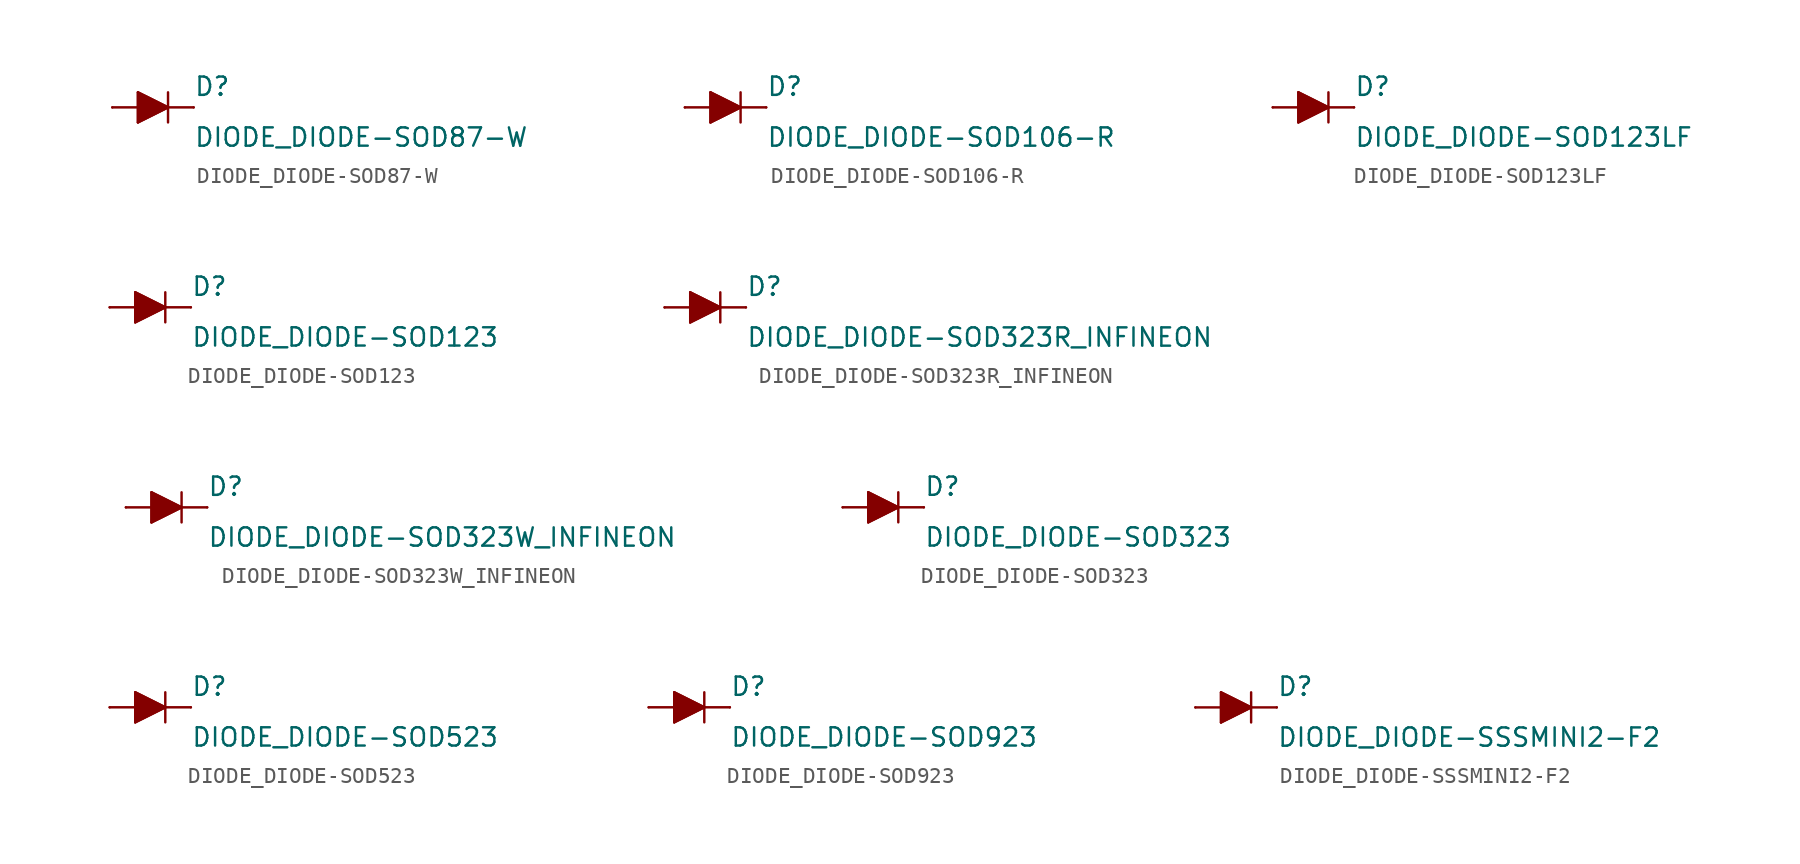
<source format=kicad_sym>
(kicad_symbol_lib
  (version 20210619)
  (generator kicad_symbol_editor)
  (symbol "DIODE_DIODE-SOD87-W"
    (pin_numbers hide)
    (pin_names
      (offset 1.016) hide)
    (property "Reference" "D"
      (at 2.54 0.635 0)
      (effects (font (size 1.143 1.143)) (justify left bottom)))
    (property "Value" "DIODE_DIODE-SOD87-W"
      (at 2.54 -2.54 0)
      (effects (font (size 1.143 1.143)) (justify left bottom)))
    (property "ki_locked" ""
      (at 0 0 0)
      (effects (font (size 1.27 1.27))))
    (symbol "DIODE_DIODE-SOD87-W_1_0"
      (polyline (pts (xy -0.94 -0.94) (xy 0.94 0)) (stroke (width 0)) (fill (type none)))
      (polyline (pts (xy -0.94 0) (xy -2.54 0)) (stroke (width 0)) (fill (type none)))
      (polyline (pts (xy -0.94 0) (xy -0.94 -0.94)) (stroke (width 0)) (fill (type none)))
      (polyline (pts (xy -0.94 0.94) (xy -0.94 0)) (stroke (width 0)) (fill (type none)))
      (polyline (pts (xy 0.94 0) (xy -0.94 0.94)) (stroke (width 0)) (fill (type none)))
      (polyline (pts (xy 0.94 0) (xy 0.94 -0.94)) (stroke (width 0)) (fill (type none)))
      (polyline (pts (xy 0.94 0) (xy 2.54 0)) (stroke (width 0)) (fill (type none)))
      (polyline (pts (xy 0.94 0.94) (xy 0.94 0)) (stroke (width 0)) (fill (type none))))
    (symbol "DIODE_DIODE-SOD87-W_1_1"
      (polyline (pts (xy -0.94 0.94) (xy 0.94 0) (xy 0.94 0) (xy -0.94 -0.94) (xy -0.94 -0.94) (xy -0.94 0.94)) (stroke (width 0)) (fill (type outline)))
      (pin passive line (at -2.54 0 0) (length 0) (name "A" (effects (font (size 1.016 1.016)))) (number "A" (effects (font (size 1.016 1.016)))))
      (pin passive line (at 2.54 0 180) (length 0) (name "C" (effects (font (size 1.016 1.016)))) (number "C" (effects (font (size 1.016 1.016)))))))
  (symbol "DIODE_DIODE-SOD106-R"
    (pin_numbers hide)
    (pin_names
      (offset 1.016) hide)
    (property "Reference" "D"
      (at 2.54 0.635 0)
      (effects (font (size 1.143 1.143)) (justify left bottom)))
    (property "Value" "DIODE_DIODE-SOD106-R"
      (at 2.54 -2.54 0)
      (effects (font (size 1.143 1.143)) (justify left bottom)))
    (property "ki_locked" ""
      (at 0 0 0)
      (effects (font (size 1.27 1.27))))
    (symbol "DIODE_DIODE-SOD106-R_1_0"
      (polyline (pts (xy -0.94 -0.94) (xy 0.94 0)) (stroke (width 0)) (fill (type none)))
      (polyline (pts (xy -0.94 0) (xy -2.54 0)) (stroke (width 0)) (fill (type none)))
      (polyline (pts (xy -0.94 0) (xy -0.94 -0.94)) (stroke (width 0)) (fill (type none)))
      (polyline (pts (xy -0.94 0.94) (xy -0.94 0)) (stroke (width 0)) (fill (type none)))
      (polyline (pts (xy 0.94 0) (xy -0.94 0.94)) (stroke (width 0)) (fill (type none)))
      (polyline (pts (xy 0.94 0) (xy 0.94 -0.94)) (stroke (width 0)) (fill (type none)))
      (polyline (pts (xy 0.94 0) (xy 2.54 0)) (stroke (width 0)) (fill (type none)))
      (polyline (pts (xy 0.94 0.94) (xy 0.94 0)) (stroke (width 0)) (fill (type none))))
    (symbol "DIODE_DIODE-SOD106-R_1_1"
      (polyline (pts (xy -0.94 0.94) (xy 0.94 0) (xy 0.94 0) (xy -0.94 -0.94) (xy -0.94 -0.94) (xy -0.94 0.94)) (stroke (width 0)) (fill (type outline)))
      (pin passive line (at -2.54 0 0) (length 0) (name "A" (effects (font (size 1.016 1.016)))) (number "A" (effects (font (size 1.016 1.016)))))
      (pin passive line (at 2.54 0 180) (length 0) (name "C" (effects (font (size 1.016 1.016)))) (number "C" (effects (font (size 1.016 1.016)))))))
  (symbol "DIODE_DIODE-SOD123LF"
    (pin_numbers hide)
    (pin_names
      (offset 1.016) hide)
    (property "Reference" "D"
      (at 2.54 0.635 0)
      (effects (font (size 1.143 1.143)) (justify left bottom)))
    (property "Value" "DIODE_DIODE-SOD123LF"
      (at 2.54 -2.54 0)
      (effects (font (size 1.143 1.143)) (justify left bottom)))
    (property "ki_locked" ""
      (at 0 0 0)
      (effects (font (size 1.27 1.27))))
    (symbol "DIODE_DIODE-SOD123LF_1_0"
      (polyline (pts (xy -0.94 -0.94) (xy 0.94 0)) (stroke (width 0)) (fill (type none)))
      (polyline (pts (xy -0.94 0) (xy -2.54 0)) (stroke (width 0)) (fill (type none)))
      (polyline (pts (xy -0.94 0) (xy -0.94 -0.94)) (stroke (width 0)) (fill (type none)))
      (polyline (pts (xy -0.94 0.94) (xy -0.94 0)) (stroke (width 0)) (fill (type none)))
      (polyline (pts (xy 0.94 0) (xy -0.94 0.94)) (stroke (width 0)) (fill (type none)))
      (polyline (pts (xy 0.94 0) (xy 0.94 -0.94)) (stroke (width 0)) (fill (type none)))
      (polyline (pts (xy 0.94 0) (xy 2.54 0)) (stroke (width 0)) (fill (type none)))
      (polyline (pts (xy 0.94 0.94) (xy 0.94 0)) (stroke (width 0)) (fill (type none))))
    (symbol "DIODE_DIODE-SOD123LF_1_1"
      (polyline (pts (xy -0.94 0.94) (xy 0.94 0) (xy 0.94 0) (xy -0.94 -0.94) (xy -0.94 -0.94) (xy -0.94 0.94)) (stroke (width 0)) (fill (type outline)))
      (pin passive line (at -2.54 0 0) (length 0) (name "A" (effects (font (size 1.016 1.016)))) (number "A" (effects (font (size 1.016 1.016)))))
      (pin passive line (at 2.54 0 180) (length 0) (name "C" (effects (font (size 1.016 1.016)))) (number "C" (effects (font (size 1.016 1.016)))))))
  (symbol "DIODE_DIODE-SOD123"
    (pin_numbers hide)
    (pin_names
      (offset 1.016) hide)
    (property "Reference" "D"
      (at 2.54 0.635 0)
      (effects (font (size 1.143 1.143)) (justify left bottom)))
    (property "Value" "DIODE_DIODE-SOD123"
      (at 2.54 -2.54 0)
      (effects (font (size 1.143 1.143)) (justify left bottom)))
    (property "ki_locked" ""
      (at 0 0 0)
      (effects (font (size 1.27 1.27))))
    (symbol "DIODE_DIODE-SOD123_1_0"
      (polyline (pts (xy -0.94 -0.94) (xy 0.94 0)) (stroke (width 0)) (fill (type none)))
      (polyline (pts (xy -0.94 0) (xy -2.54 0)) (stroke (width 0)) (fill (type none)))
      (polyline (pts (xy -0.94 0) (xy -0.94 -0.94)) (stroke (width 0)) (fill (type none)))
      (polyline (pts (xy -0.94 0.94) (xy -0.94 0)) (stroke (width 0)) (fill (type none)))
      (polyline (pts (xy 0.94 0) (xy -0.94 0.94)) (stroke (width 0)) (fill (type none)))
      (polyline (pts (xy 0.94 0) (xy 0.94 -0.94)) (stroke (width 0)) (fill (type none)))
      (polyline (pts (xy 0.94 0) (xy 2.54 0)) (stroke (width 0)) (fill (type none)))
      (polyline (pts (xy 0.94 0.94) (xy 0.94 0)) (stroke (width 0)) (fill (type none))))
    (symbol "DIODE_DIODE-SOD123_1_1"
      (polyline (pts (xy -0.94 0.94) (xy 0.94 0) (xy 0.94 0) (xy -0.94 -0.94) (xy -0.94 -0.94) (xy -0.94 0.94)) (stroke (width 0)) (fill (type outline)))
      (pin passive line (at -2.54 0 0) (length 0) (name "A" (effects (font (size 1.016 1.016)))) (number "A" (effects (font (size 1.016 1.016)))))
      (pin passive line (at 2.54 0 180) (length 0) (name "C" (effects (font (size 1.016 1.016)))) (number "C" (effects (font (size 1.016 1.016)))))))
  (symbol "DIODE_DIODE-SOD323R_INFINEON"
    (pin_numbers hide)
    (pin_names
      (offset 1.016) hide)
    (property "Reference" "D"
      (at 2.54 0.635 0)
      (effects (font (size 1.143 1.143)) (justify left bottom)))
    (property "Value" "DIODE_DIODE-SOD323R_INFINEON"
      (at 2.54 -2.54 0)
      (effects (font (size 1.143 1.143)) (justify left bottom)))
    (property "ki_locked" ""
      (at 0 0 0)
      (effects (font (size 1.27 1.27))))
    (symbol "DIODE_DIODE-SOD323R_INFINEON_1_0"
      (polyline (pts (xy -0.94 -0.94) (xy 0.94 0)) (stroke (width 0)) (fill (type none)))
      (polyline (pts (xy -0.94 0) (xy -2.54 0)) (stroke (width 0)) (fill (type none)))
      (polyline (pts (xy -0.94 0) (xy -0.94 -0.94)) (stroke (width 0)) (fill (type none)))
      (polyline (pts (xy -0.94 0.94) (xy -0.94 0)) (stroke (width 0)) (fill (type none)))
      (polyline (pts (xy 0.94 0) (xy -0.94 0.94)) (stroke (width 0)) (fill (type none)))
      (polyline (pts (xy 0.94 0) (xy 0.94 -0.94)) (stroke (width 0)) (fill (type none)))
      (polyline (pts (xy 0.94 0) (xy 2.54 0)) (stroke (width 0)) (fill (type none)))
      (polyline (pts (xy 0.94 0.94) (xy 0.94 0)) (stroke (width 0)) (fill (type none))))
    (symbol "DIODE_DIODE-SOD323R_INFINEON_1_1"
      (polyline (pts (xy -0.94 0.94) (xy 0.94 0) (xy 0.94 0) (xy -0.94 -0.94) (xy -0.94 -0.94) (xy -0.94 0.94)) (stroke (width 0)) (fill (type outline)))
      (pin passive line (at -2.54 0 0) (length 0) (name "A" (effects (font (size 1.016 1.016)))) (number "A" (effects (font (size 1.016 1.016)))))
      (pin passive line (at 2.54 0 180) (length 0) (name "C" (effects (font (size 1.016 1.016)))) (number "C" (effects (font (size 1.016 1.016)))))))
  (symbol "DIODE_DIODE-SOD323W_INFINEON"
    (pin_numbers hide)
    (pin_names
      (offset 1.016) hide)
    (property "Reference" "D"
      (at 2.54 0.635 0)
      (effects (font (size 1.143 1.143)) (justify left bottom)))
    (property "Value" "DIODE_DIODE-SOD323W_INFINEON"
      (at 2.54 -2.54 0)
      (effects (font (size 1.143 1.143)) (justify left bottom)))
    (property "ki_locked" ""
      (at 0 0 0)
      (effects (font (size 1.27 1.27))))
    (symbol "DIODE_DIODE-SOD323W_INFINEON_1_0"
      (polyline (pts (xy -0.94 -0.94) (xy 0.94 0)) (stroke (width 0)) (fill (type none)))
      (polyline (pts (xy -0.94 0) (xy -2.54 0)) (stroke (width 0)) (fill (type none)))
      (polyline (pts (xy -0.94 0) (xy -0.94 -0.94)) (stroke (width 0)) (fill (type none)))
      (polyline (pts (xy -0.94 0.94) (xy -0.94 0)) (stroke (width 0)) (fill (type none)))
      (polyline (pts (xy 0.94 0) (xy -0.94 0.94)) (stroke (width 0)) (fill (type none)))
      (polyline (pts (xy 0.94 0) (xy 0.94 -0.94)) (stroke (width 0)) (fill (type none)))
      (polyline (pts (xy 0.94 0) (xy 2.54 0)) (stroke (width 0)) (fill (type none)))
      (polyline (pts (xy 0.94 0.94) (xy 0.94 0)) (stroke (width 0)) (fill (type none))))
    (symbol "DIODE_DIODE-SOD323W_INFINEON_1_1"
      (polyline (pts (xy -0.94 0.94) (xy 0.94 0) (xy 0.94 0) (xy -0.94 -0.94) (xy -0.94 -0.94) (xy -0.94 0.94)) (stroke (width 0)) (fill (type outline)))
      (pin passive line (at -2.54 0 0) (length 0) (name "A" (effects (font (size 1.016 1.016)))) (number "A" (effects (font (size 1.016 1.016)))))
      (pin passive line (at 2.54 0 180) (length 0) (name "C" (effects (font (size 1.016 1.016)))) (number "C" (effects (font (size 1.016 1.016)))))))
  (symbol "DIODE_DIODE-SOD323"
    (pin_numbers hide)
    (pin_names
      (offset 1.016) hide)
    (property "Reference" "D"
      (at 2.54 0.635 0)
      (effects (font (size 1.143 1.143)) (justify left bottom)))
    (property "Value" "DIODE_DIODE-SOD323"
      (at 2.54 -2.54 0)
      (effects (font (size 1.143 1.143)) (justify left bottom)))
    (property "ki_locked" ""
      (at 0 0 0)
      (effects (font (size 1.27 1.27))))
    (symbol "DIODE_DIODE-SOD323_1_0"
      (polyline (pts (xy -0.94 -0.94) (xy 0.94 0)) (stroke (width 0)) (fill (type none)))
      (polyline (pts (xy -0.94 0) (xy -2.54 0)) (stroke (width 0)) (fill (type none)))
      (polyline (pts (xy -0.94 0) (xy -0.94 -0.94)) (stroke (width 0)) (fill (type none)))
      (polyline (pts (xy -0.94 0.94) (xy -0.94 0)) (stroke (width 0)) (fill (type none)))
      (polyline (pts (xy 0.94 0) (xy -0.94 0.94)) (stroke (width 0)) (fill (type none)))
      (polyline (pts (xy 0.94 0) (xy 0.94 -0.94)) (stroke (width 0)) (fill (type none)))
      (polyline (pts (xy 0.94 0) (xy 2.54 0)) (stroke (width 0)) (fill (type none)))
      (polyline (pts (xy 0.94 0.94) (xy 0.94 0)) (stroke (width 0)) (fill (type none))))
    (symbol "DIODE_DIODE-SOD323_1_1"
      (polyline (pts (xy -0.94 0.94) (xy 0.94 0) (xy 0.94 0) (xy -0.94 -0.94) (xy -0.94 -0.94) (xy -0.94 0.94)) (stroke (width 0)) (fill (type outline)))
      (pin passive line (at -2.54 0 0) (length 0) (name "A" (effects (font (size 1.016 1.016)))) (number "A" (effects (font (size 1.016 1.016)))))
      (pin passive line (at 2.54 0 180) (length 0) (name "C" (effects (font (size 1.016 1.016)))) (number "C" (effects (font (size 1.016 1.016)))))))
  (symbol "DIODE_DIODE-SOD523"
    (pin_numbers hide)
    (pin_names
      (offset 1.016) hide)
    (property "Reference" "D"
      (at 2.54 0.635 0)
      (effects (font (size 1.143 1.143)) (justify left bottom)))
    (property "Value" "DIODE_DIODE-SOD523"
      (at 2.54 -2.54 0)
      (effects (font (size 1.143 1.143)) (justify left bottom)))
    (property "ki_locked" ""
      (at 0 0 0)
      (effects (font (size 1.27 1.27))))
    (symbol "DIODE_DIODE-SOD523_1_0"
      (polyline (pts (xy -0.94 -0.94) (xy 0.94 0)) (stroke (width 0)) (fill (type none)))
      (polyline (pts (xy -0.94 0) (xy -2.54 0)) (stroke (width 0)) (fill (type none)))
      (polyline (pts (xy -0.94 0) (xy -0.94 -0.94)) (stroke (width 0)) (fill (type none)))
      (polyline (pts (xy -0.94 0.94) (xy -0.94 0)) (stroke (width 0)) (fill (type none)))
      (polyline (pts (xy 0.94 0) (xy -0.94 0.94)) (stroke (width 0)) (fill (type none)))
      (polyline (pts (xy 0.94 0) (xy 0.94 -0.94)) (stroke (width 0)) (fill (type none)))
      (polyline (pts (xy 0.94 0) (xy 2.54 0)) (stroke (width 0)) (fill (type none)))
      (polyline (pts (xy 0.94 0.94) (xy 0.94 0)) (stroke (width 0)) (fill (type none))))
    (symbol "DIODE_DIODE-SOD523_1_1"
      (polyline (pts (xy -0.94 0.94) (xy 0.94 0) (xy 0.94 0) (xy -0.94 -0.94) (xy -0.94 -0.94) (xy -0.94 0.94)) (stroke (width 0)) (fill (type outline)))
      (pin passive line (at -2.54 0 0) (length 0) (name "A" (effects (font (size 1.016 1.016)))) (number "A" (effects (font (size 1.016 1.016)))))
      (pin passive line (at 2.54 0 180) (length 0) (name "C" (effects (font (size 1.016 1.016)))) (number "C" (effects (font (size 1.016 1.016)))))))
  (symbol "DIODE_DIODE-SOD923"
    (pin_numbers hide)
    (pin_names
      (offset 1.016) hide)
    (property "Reference" "D"
      (at 2.54 0.635 0)
      (effects (font (size 1.143 1.143)) (justify left bottom)))
    (property "Value" "DIODE_DIODE-SOD923"
      (at 2.54 -2.54 0)
      (effects (font (size 1.143 1.143)) (justify left bottom)))
    (property "ki_locked" ""
      (at 0 0 0)
      (effects (font (size 1.27 1.27))))
    (symbol "DIODE_DIODE-SOD923_1_0"
      (polyline (pts (xy -0.94 -0.94) (xy 0.94 0)) (stroke (width 0)) (fill (type none)))
      (polyline (pts (xy -0.94 0) (xy -2.54 0)) (stroke (width 0)) (fill (type none)))
      (polyline (pts (xy -0.94 0) (xy -0.94 -0.94)) (stroke (width 0)) (fill (type none)))
      (polyline (pts (xy -0.94 0.94) (xy -0.94 0)) (stroke (width 0)) (fill (type none)))
      (polyline (pts (xy 0.94 0) (xy -0.94 0.94)) (stroke (width 0)) (fill (type none)))
      (polyline (pts (xy 0.94 0) (xy 0.94 -0.94)) (stroke (width 0)) (fill (type none)))
      (polyline (pts (xy 0.94 0) (xy 2.54 0)) (stroke (width 0)) (fill (type none)))
      (polyline (pts (xy 0.94 0.94) (xy 0.94 0)) (stroke (width 0)) (fill (type none))))
    (symbol "DIODE_DIODE-SOD923_1_1"
      (polyline (pts (xy -0.94 0.94) (xy 0.94 0) (xy 0.94 0) (xy -0.94 -0.94) (xy -0.94 -0.94) (xy -0.94 0.94)) (stroke (width 0)) (fill (type outline)))
      (pin passive line (at -2.54 0 0) (length 0) (name "A" (effects (font (size 1.016 1.016)))) (number "A" (effects (font (size 1.016 1.016)))))
      (pin passive line (at 2.54 0 180) (length 0) (name "C" (effects (font (size 1.016 1.016)))) (number "C" (effects (font (size 1.016 1.016)))))))
  (symbol "DIODE_DIODE-SSSMINI2-F2"
    (pin_numbers hide)
    (pin_names
      (offset 1.016) hide)
    (property "Reference" "D"
      (at 2.54 0.635 0)
      (effects (font (size 1.143 1.143)) (justify left bottom)))
    (property "Value" "DIODE_DIODE-SSSMINI2-F2"
      (at 2.54 -2.54 0)
      (effects (font (size 1.143 1.143)) (justify left bottom)))
    (property "ki_locked" ""
      (at 0 0 0)
      (effects (font (size 1.27 1.27))))
    (symbol "DIODE_DIODE-SSSMINI2-F2_1_0"
      (polyline (pts (xy -0.94 -0.94) (xy 0.94 0)) (stroke (width 0)) (fill (type none)))
      (polyline (pts (xy -0.94 0) (xy -2.54 0)) (stroke (width 0)) (fill (type none)))
      (polyline (pts (xy -0.94 0) (xy -0.94 -0.94)) (stroke (width 0)) (fill (type none)))
      (polyline (pts (xy -0.94 0.94) (xy -0.94 0)) (stroke (width 0)) (fill (type none)))
      (polyline (pts (xy 0.94 0) (xy -0.94 0.94)) (stroke (width 0)) (fill (type none)))
      (polyline (pts (xy 0.94 0) (xy 0.94 -0.94)) (stroke (width 0)) (fill (type none)))
      (polyline (pts (xy 0.94 0) (xy 2.54 0)) (stroke (width 0)) (fill (type none)))
      (polyline (pts (xy 0.94 0.94) (xy 0.94 0)) (stroke (width 0)) (fill (type none))))
    (symbol "DIODE_DIODE-SSSMINI2-F2_1_1"
      (polyline (pts (xy -0.94 0.94) (xy 0.94 0) (xy 0.94 0) (xy -0.94 -0.94) (xy -0.94 -0.94) (xy -0.94 0.94)) (stroke (width 0)) (fill (type outline)))
      (pin passive line (at -2.54 0 0) (length 0) (name "A" (effects (font (size 1.016 1.016)))) (number "A" (effects (font (size 1.016 1.016)))))
      (pin passive line (at 2.54 0 180) (length 0) (name "C" (effects (font (size 1.016 1.016)))) (number "C" (effects (font (size 1.016 1.016))))))))
</source>
